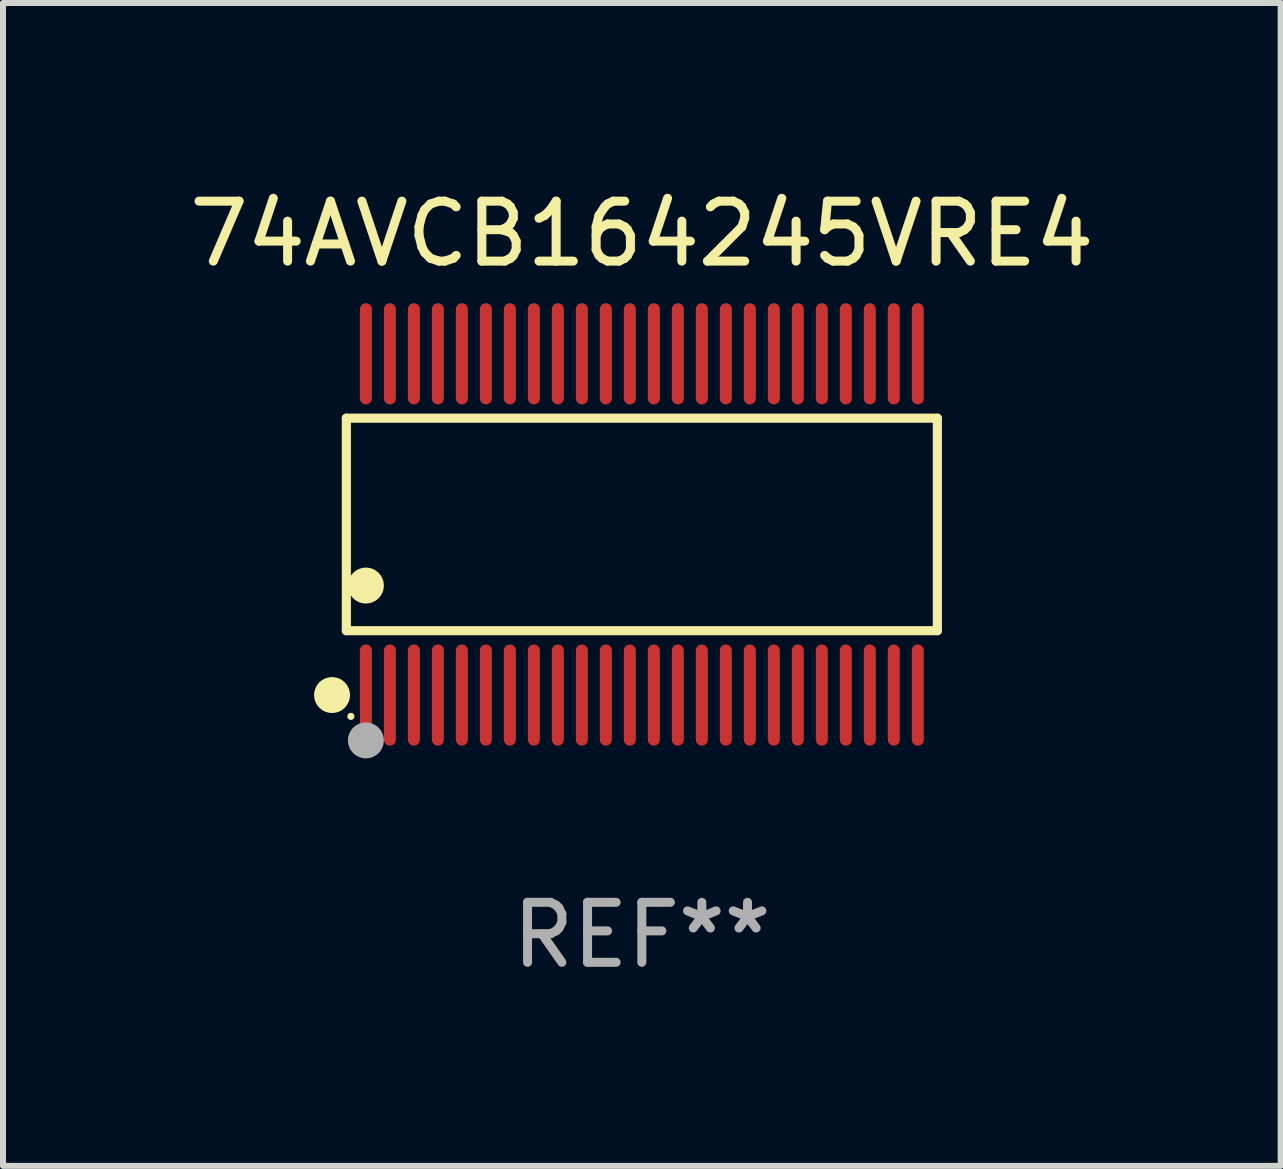
<source format=kicad_pcb>
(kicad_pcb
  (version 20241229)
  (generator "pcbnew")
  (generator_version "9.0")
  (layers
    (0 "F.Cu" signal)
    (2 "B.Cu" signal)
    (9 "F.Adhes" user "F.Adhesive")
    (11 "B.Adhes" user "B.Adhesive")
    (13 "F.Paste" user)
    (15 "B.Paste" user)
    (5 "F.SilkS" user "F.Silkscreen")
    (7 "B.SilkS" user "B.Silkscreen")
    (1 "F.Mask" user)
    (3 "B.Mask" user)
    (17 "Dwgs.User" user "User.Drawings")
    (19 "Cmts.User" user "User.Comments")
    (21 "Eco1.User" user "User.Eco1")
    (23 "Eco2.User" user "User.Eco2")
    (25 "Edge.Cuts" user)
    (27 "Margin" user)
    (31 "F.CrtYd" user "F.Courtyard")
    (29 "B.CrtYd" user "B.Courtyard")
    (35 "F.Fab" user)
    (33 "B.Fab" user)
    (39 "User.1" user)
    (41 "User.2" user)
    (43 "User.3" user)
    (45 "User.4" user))
  (footprint "74AVCB164245VRE4"
    (layer "F.Cu")
    (at 7.649 5.692)
    (property "Reference" "74AVCB164245VRE4" (at 0 -4.844 0) (layer "F.SilkS") (effects (font (size 1 1) (thickness 0.15))))
    (attr through_hole)
    (fp_line (start -4.926 -1.771) (end 4.926 -1.771) (stroke (width 0.152) (type solid)) (layer "F.SilkS"))
    (fp_line (start -4.926 1.771) (end -4.926 -1.771) (stroke (width 0.152) (type solid)) (layer "F.SilkS"))
    (fp_line (start 4.926 -1.771) (end 4.926 1.771) (stroke (width 0.152) (type solid)) (layer "F.SilkS"))
    (fp_line (start 4.926 1.771) (end -4.926 1.771) (stroke (width 0.152) (type solid)) (layer "F.SilkS"))
    (fp_circle (center -5.164 2.844) (end -5.014 2.844) (stroke (width 0.3) (type solid)) (fill no) (layer "F.SilkS"))
    (fp_circle (center -4.85 3.2) (end -4.82 3.2) (stroke (width 0.06) (type solid)) (fill no) (layer "F.SilkS"))
    (fp_circle (center -4.6 1.019) (end -4.45 1.019) (stroke (width 0.3) (type solid)) (fill no) (layer "F.SilkS"))
    (fp_circle (center -4.6 3.6) (end -4.45 3.6) (stroke (width 0.3) (type solid)) (fill no) (layer "F.Fab"))
    (fp_text user "REF**" (at 0 6.844 0) (layer "F.Fab") (effects (font (size 1 1) (thickness 0.15))))
    (pad "1" smd oval (at -4.6 2.844) (size 0.2 1.687) (layers "F.Cu" "F.Mask" "F.Paste"))
    (pad "2" smd oval (at -4.2 2.844) (size 0.2 1.687) (layers "F.Cu" "F.Mask" "F.Paste"))
    (pad "3" smd oval (at -3.8 2.844) (size 0.2 1.687) (layers "F.Cu" "F.Mask" "F.Paste"))
    (pad "4" smd oval (at -3.4 2.844) (size 0.2 1.687) (layers "F.Cu" "F.Mask" "F.Paste"))
    (pad "5" smd oval (at -3 2.844) (size 0.2 1.687) (layers "F.Cu" "F.Mask" "F.Paste"))
    (pad "6" smd oval (at -2.6 2.844) (size 0.2 1.687) (layers "F.Cu" "F.Mask" "F.Paste"))
    (pad "7" smd oval (at -2.2 2.844) (size 0.2 1.687) (layers "F.Cu" "F.Mask" "F.Paste"))
    (pad "8" smd oval (at -1.8 2.844) (size 0.2 1.687) (layers "F.Cu" "F.Mask" "F.Paste"))
    (pad "9" smd oval (at -1.4 2.844) (size 0.2 1.687) (layers "F.Cu" "F.Mask" "F.Paste"))
    (pad "10" smd oval (at -1 2.844) (size 0.2 1.687) (layers "F.Cu" "F.Mask" "F.Paste"))
    (pad "11" smd oval (at -0.6 2.844) (size 0.2 1.687) (layers "F.Cu" "F.Mask" "F.Paste"))
    (pad "12" smd oval (at -0.2 2.844) (size 0.2 1.687) (layers "F.Cu" "F.Mask" "F.Paste"))
    (pad "13" smd oval (at 0.2 2.844) (size 0.2 1.687) (layers "F.Cu" "F.Mask" "F.Paste"))
    (pad "14" smd oval (at 0.6 2.844) (size 0.2 1.687) (layers "F.Cu" "F.Mask" "F.Paste"))
    (pad "15" smd oval (at 1 2.844) (size 0.2 1.687) (layers "F.Cu" "F.Mask" "F.Paste"))
    (pad "16" smd oval (at 1.4 2.844) (size 0.2 1.687) (layers "F.Cu" "F.Mask" "F.Paste"))
    (pad "17" smd oval (at 1.8 2.844) (size 0.2 1.687) (layers "F.Cu" "F.Mask" "F.Paste"))
    (pad "18" smd oval (at 2.2 2.844) (size 0.2 1.687) (layers "F.Cu" "F.Mask" "F.Paste"))
    (pad "19" smd oval (at 2.6 2.844) (size 0.2 1.687) (layers "F.Cu" "F.Mask" "F.Paste"))
    (pad "20" smd oval (at 3 2.844) (size 0.2 1.687) (layers "F.Cu" "F.Mask" "F.Paste"))
    (pad "21" smd oval (at 3.4 2.844) (size 0.2 1.687) (layers "F.Cu" "F.Mask" "F.Paste"))
    (pad "22" smd oval (at 3.8 2.844) (size 0.2 1.687) (layers "F.Cu" "F.Mask" "F.Paste"))
    (pad "23" smd oval (at 4.2 2.844) (size 0.2 1.687) (layers "F.Cu" "F.Mask" "F.Paste"))
    (pad "24" smd oval (at 4.6 2.844) (size 0.2 1.687) (layers "F.Cu" "F.Mask" "F.Paste"))
    (pad "25" smd oval (at 4.6 -2.844) (size 0.2 1.687) (layers "F.Cu" "F.Mask" "F.Paste"))
    (pad "26" smd oval (at 4.2 -2.844) (size 0.2 1.687) (layers "F.Cu" "F.Mask" "F.Paste"))
    (pad "27" smd oval (at 3.8 -2.844) (size 0.2 1.687) (layers "F.Cu" "F.Mask" "F.Paste"))
    (pad "28" smd oval (at 3.4 -2.844) (size 0.2 1.687) (layers "F.Cu" "F.Mask" "F.Paste"))
    (pad "29" smd oval (at 3 -2.844) (size 0.2 1.687) (layers "F.Cu" "F.Mask" "F.Paste"))
    (pad "30" smd oval (at 2.6 -2.844) (size 0.2 1.687) (layers "F.Cu" "F.Mask" "F.Paste"))
    (pad "31" smd oval (at 2.2 -2.844) (size 0.2 1.687) (layers "F.Cu" "F.Mask" "F.Paste"))
    (pad "32" smd oval (at 1.8 -2.844) (size 0.2 1.687) (layers "F.Cu" "F.Mask" "F.Paste"))
    (pad "33" smd oval (at 1.4 -2.844) (size 0.2 1.687) (layers "F.Cu" "F.Mask" "F.Paste"))
    (pad "34" smd oval (at 1 -2.844) (size 0.2 1.687) (layers "F.Cu" "F.Mask" "F.Paste"))
    (pad "35" smd oval (at 0.6 -2.844) (size 0.2 1.687) (layers "F.Cu" "F.Mask" "F.Paste"))
    (pad "36" smd oval (at 0.2 -2.844) (size 0.2 1.687) (layers "F.Cu" "F.Mask" "F.Paste"))
    (pad "37" smd oval (at -0.2 -2.844) (size 0.2 1.687) (layers "F.Cu" "F.Mask" "F.Paste"))
    (pad "38" smd oval (at -0.6 -2.844) (size 0.2 1.687) (layers "F.Cu" "F.Mask" "F.Paste"))
    (pad "39" smd oval (at -1 -2.844) (size 0.2 1.687) (layers "F.Cu" "F.Mask" "F.Paste"))
    (pad "40" smd oval (at -1.4 -2.844) (size 0.2 1.687) (layers "F.Cu" "F.Mask" "F.Paste"))
    (pad "41" smd oval (at -1.8 -2.844) (size 0.2 1.687) (layers "F.Cu" "F.Mask" "F.Paste"))
    (pad "42" smd oval (at -2.2 -2.844) (size 0.2 1.687) (layers "F.Cu" "F.Mask" "F.Paste"))
    (pad "43" smd oval (at -2.6 -2.844) (size 0.2 1.687) (layers "F.Cu" "F.Mask" "F.Paste"))
    (pad "44" smd oval (at -3 -2.844) (size 0.2 1.687) (layers "F.Cu" "F.Mask" "F.Paste"))
    (pad "45" smd oval (at -3.4 -2.844) (size 0.2 1.687) (layers "F.Cu" "F.Mask" "F.Paste"))
    (pad "46" smd oval (at -3.8 -2.844) (size 0.2 1.687) (layers "F.Cu" "F.Mask" "F.Paste"))
    (pad "47" smd oval (at -4.2 -2.844) (size 0.2 1.687) (layers "F.Cu" "F.Mask" "F.Paste"))
    (pad "48" smd oval (at -4.6 -2.844) (size 0.2 1.687) (layers "F.Cu" "F.Mask" "F.Paste")))
  (gr_rect
    (start -3 -3)
    (end 18.298 16.384)
    (stroke (width 0.1) (type default))
    (fill no)
    (layer "Edge.Cuts")))
</source>
